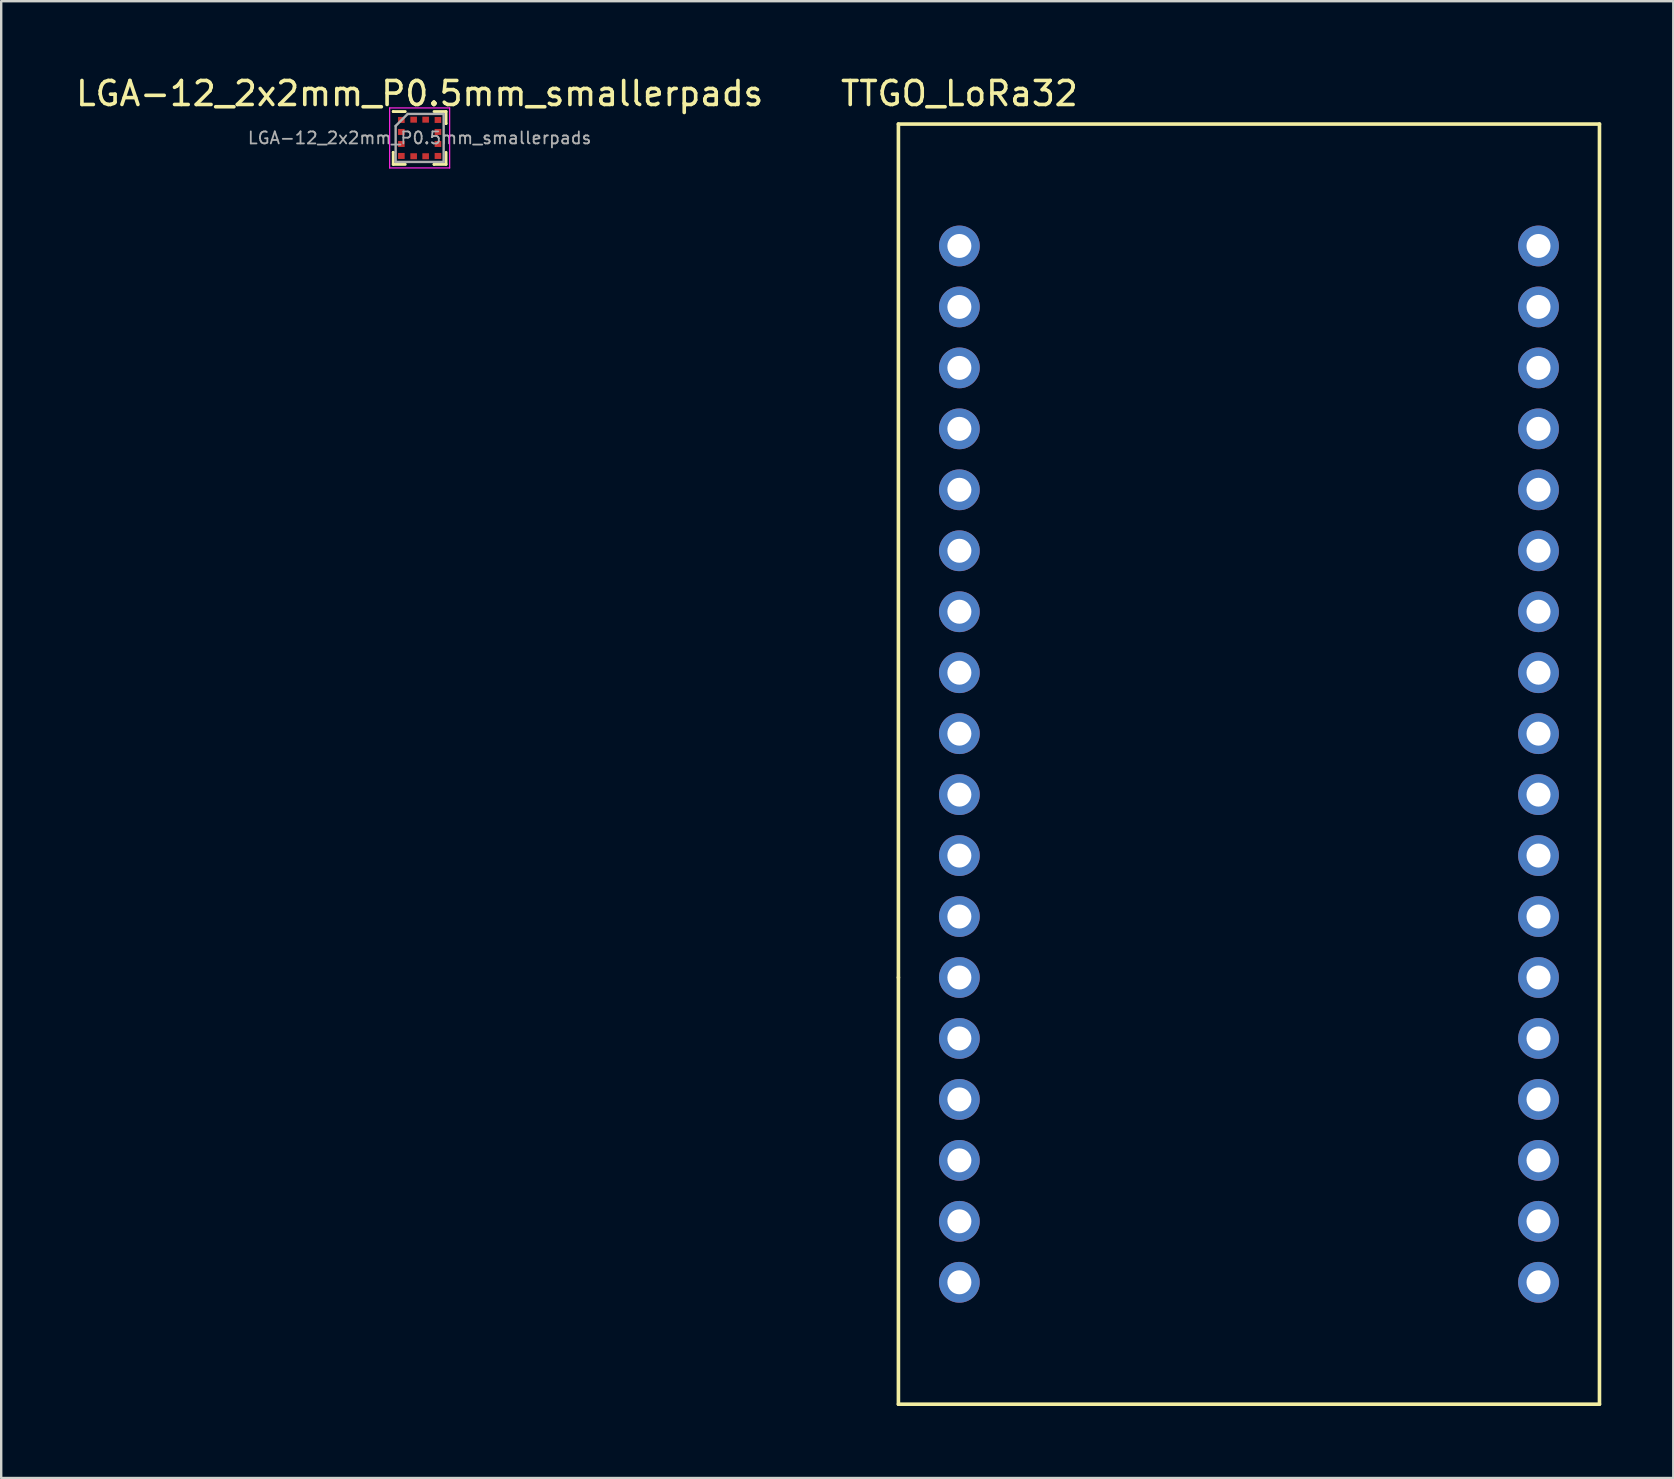
<source format=kicad_pcb>
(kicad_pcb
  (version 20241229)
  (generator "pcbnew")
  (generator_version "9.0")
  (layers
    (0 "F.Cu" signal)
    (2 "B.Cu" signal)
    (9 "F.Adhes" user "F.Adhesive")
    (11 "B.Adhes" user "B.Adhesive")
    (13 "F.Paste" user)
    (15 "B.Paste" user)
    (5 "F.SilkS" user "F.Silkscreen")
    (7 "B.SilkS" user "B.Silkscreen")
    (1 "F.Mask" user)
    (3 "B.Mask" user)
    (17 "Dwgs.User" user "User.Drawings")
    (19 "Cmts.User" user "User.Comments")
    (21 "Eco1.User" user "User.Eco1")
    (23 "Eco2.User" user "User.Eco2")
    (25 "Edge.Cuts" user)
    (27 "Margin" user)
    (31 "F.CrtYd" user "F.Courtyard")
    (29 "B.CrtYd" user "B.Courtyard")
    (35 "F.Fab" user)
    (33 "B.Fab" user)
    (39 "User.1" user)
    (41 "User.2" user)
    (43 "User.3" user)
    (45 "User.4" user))
  (footprint "TTGO_LoRa32"
    (layer "F.Cu")
    (at 49.623 27.518)
    (property "Reference" "TTGO_LoRa32" (at -12.7 -26.67 0) (layer "F.SilkS") (effects (font (size 1 1) (thickness 0.15))))
    (attr through_hole)
    (fp_line (start -15.24 -25.4) (end 13.97 -25.4) (stroke (width 0.15) (type solid)) (layer "F.SilkS"))
    (fp_line (start -15.24 10.16) (end -15.24 -25.4) (stroke (width 0.15) (type solid)) (layer "F.SilkS"))
    (fp_line (start -15.24 27.94) (end -15.24 10.16) (stroke (width 0.15) (type solid)) (layer "F.SilkS"))
    (fp_line (start 13.97 -25.4) (end 13.97 27.94) (stroke (width 0.15) (type solid)) (layer "F.SilkS"))
    (fp_line (start 13.97 27.94) (end -15.24 27.94) (stroke (width 0.15) (type solid)) (layer "F.SilkS"))
    (pad "1" thru_hole circle (at -12.7 -20.32) (size 1.7 1.7) (drill 1) (layers "*.Cu" "*.Mask"))
    (pad "2" thru_hole circle (at -12.7 -17.78) (size 1.7 1.7) (drill 1) (layers "*.Cu" "*.Mask"))
    (pad "3" thru_hole circle (at -12.7 -15.24) (size 1.7 1.7) (drill 1) (layers "*.Cu" "*.Mask"))
    (pad "4" thru_hole circle (at -12.7 -12.7) (size 1.7 1.7) (drill 1) (layers "*.Cu" "*.Mask"))
    (pad "5" thru_hole circle (at -12.7 -10.16) (size 1.7 1.7) (drill 1) (layers "*.Cu" "*.Mask"))
    (pad "6" thru_hole circle (at -12.7 -7.62) (size 1.7 1.7) (drill 1) (layers "*.Cu" "*.Mask"))
    (pad "7" thru_hole circle (at -12.7 -5.08) (size 1.7 1.7) (drill 1) (layers "*.Cu" "*.Mask"))
    (pad "8" thru_hole circle (at -12.7 -2.54) (size 1.7 1.7) (drill 1) (layers "*.Cu" "*.Mask"))
    (pad "9" thru_hole circle (at -12.7 0) (size 1.7 1.7) (drill 1) (layers "*.Cu" "*.Mask"))
    (pad "10" thru_hole circle (at -12.7 2.54) (size 1.7 1.7) (drill 1) (layers "*.Cu" "*.Mask"))
    (pad "11" thru_hole circle (at -12.7 5.08) (size 1.7 1.7) (drill 1) (layers "*.Cu" "*.Mask"))
    (pad "12" thru_hole circle (at -12.7 7.62) (size 1.7 1.7) (drill 1) (layers "*.Cu" "*.Mask"))
    (pad "13" thru_hole circle (at -12.7 10.16) (size 1.7 1.7) (drill 1) (layers "*.Cu" "*.Mask"))
    (pad "14" thru_hole circle (at -12.7 12.7) (size 1.7 1.7) (drill 1) (layers "*.Cu" "*.Mask"))
    (pad "15" thru_hole circle (at -12.7 15.24) (size 1.7 1.7) (drill 1) (layers "*.Cu" "*.Mask"))
    (pad "16" thru_hole circle (at -12.7 17.78) (size 1.7 1.7) (drill 1) (layers "*.Cu" "*.Mask"))
    (pad "17" thru_hole circle (at -12.7 20.32) (size 1.7 1.7) (drill 1) (layers "*.Cu" "*.Mask"))
    (pad "18" thru_hole circle (at -12.7 22.86) (size 1.7 1.7) (drill 1) (layers "*.Cu" "*.Mask"))
    (pad "19" thru_hole circle (at 11.43 22.86) (size 1.7 1.7) (drill 1) (layers "*.Cu" "*.Mask"))
    (pad "20" thru_hole circle (at 11.43 20.32) (size 1.7 1.7) (drill 1) (layers "*.Cu" "*.Mask"))
    (pad "21" thru_hole circle (at 11.43 17.78) (size 1.7 1.7) (drill 1) (layers "*.Cu" "*.Mask"))
    (pad "22" thru_hole circle (at 11.43 15.24) (size 1.7 1.7) (drill 1) (layers "*.Cu" "*.Mask"))
    (pad "23" thru_hole circle (at 11.43 12.7) (size 1.7 1.7) (drill 1) (layers "*.Cu" "*.Mask"))
    (pad "24" thru_hole circle (at 11.43 10.16) (size 1.7 1.7) (drill 1) (layers "*.Cu" "*.Mask"))
    (pad "25" thru_hole circle (at 11.43 7.62) (size 1.7 1.7) (drill 1) (layers "*.Cu" "*.Mask"))
    (pad "26" thru_hole circle (at 11.43 5.08) (size 1.7 1.7) (drill 1) (layers "*.Cu" "*.Mask"))
    (pad "27" thru_hole circle (at 11.43 2.54) (size 1.7 1.7) (drill 1) (layers "*.Cu" "*.Mask"))
    (pad "28" thru_hole circle (at 11.43 0) (size 1.7 1.7) (drill 1) (layers "*.Cu" "*.Mask"))
    (pad "29" thru_hole circle (at 11.43 -2.54) (size 1.7 1.7) (drill 1) (layers "*.Cu" "*.Mask"))
    (pad "30" thru_hole circle (at 11.43 -5.08) (size 1.7 1.7) (drill 1) (layers "*.Cu" "*.Mask"))
    (pad "31" thru_hole circle (at 11.43 -7.62) (size 1.7 1.7) (drill 1) (layers "*.Cu" "*.Mask"))
    (pad "32" thru_hole circle (at 11.43 -10.16) (size 1.7 1.7) (drill 1) (layers "*.Cu" "*.Mask"))
    (pad "33" thru_hole circle (at 11.43 -12.7) (size 1.7 1.7) (drill 1) (layers "*.Cu" "*.Mask"))
    (pad "34" thru_hole circle (at 11.43 -15.24) (size 1.7 1.7) (drill 1) (layers "*.Cu" "*.Mask"))
    (pad "35" thru_hole circle (at 11.43 -17.78) (size 1.7 1.7) (drill 1) (layers "*.Cu" "*.Mask"))
    (pad "36" thru_hole circle (at 11.43 -20.32) (size 1.7 1.7) (drill 1) (layers "*.Cu" "*.Mask")))
  (footprint "LGA-12_2x2mm_P0.5mm_smallerpads"
    (layer "F.Cu")
    (at 14.435 2.698)
    (property "Reference" "LGA-12_2x2mm_P0.5mm_smallerpads" (at 0 -1.85 0) (layer "F.SilkS") (effects (font (size 1 1) (thickness 0.15))))
    (attr smd)
    (fp_line (start -1.1 -1.1) (end -1.1 -1.1) (stroke (width 0.12) (type solid)) (layer "F.SilkS"))
    (fp_line (start -1.1 0.6) (end -1.1 0.6) (stroke (width 0.12) (type solid)) (layer "F.SilkS"))
    (fp_line (start -1.1 1.1) (end -1.1 0.6) (stroke (width 0.12) (type solid)) (layer "F.SilkS"))
    (fp_line (start -0.6 -1.1) (end -1.1 -1.1) (stroke (width 0.12) (type solid)) (layer "F.SilkS"))
    (fp_line (start -0.6 1.1) (end -1.1 1.1) (stroke (width 0.12) (type solid)) (layer "F.SilkS"))
    (fp_line (start 0.6 -1.1) (end 1.1 -1.1) (stroke (width 0.12) (type solid)) (layer "F.SilkS"))
    (fp_line (start 0.6 1.1) (end 0.6 1.1) (stroke (width 0.12) (type solid)) (layer "F.SilkS"))
    (fp_line (start 1.1 -1.1) (end 1.1 -0.6) (stroke (width 0.12) (type solid)) (layer "F.SilkS"))
    (fp_line (start 1.1 -0.6) (end 1.1 -0.6) (stroke (width 0.12) (type solid)) (layer "F.SilkS"))
    (fp_line (start 1.1 0.6) (end 1.1 1.1) (stroke (width 0.12) (type solid)) (layer "F.SilkS"))
    (fp_line (start 1.1 1.1) (end 0.6 1.1) (stroke (width 0.12) (type solid)) (layer "F.SilkS"))
    (fp_line (start -1.25 -1.25) (end 1.25 -1.25) (stroke (width 0.05) (type solid)) (layer "F.CrtYd"))
    (fp_line (start -1.25 1.25) (end -1.25 -1.25) (stroke (width 0.05) (type solid)) (layer "F.CrtYd"))
    (fp_line (start 1.25 -1.25) (end 1.25 1.25) (stroke (width 0.05) (type solid)) (layer "F.CrtYd"))
    (fp_line (start 1.25 1.25) (end -1.25 1.25) (stroke (width 0.05) (type solid)) (layer "F.CrtYd"))
    (fp_line (start -1 -0.5) (end -0.5 -1) (stroke (width 0.1) (type solid)) (layer "F.Fab"))
    (fp_line (start -1 1) (end -1 -0.5) (stroke (width 0.1) (type solid)) (layer "F.Fab"))
    (fp_line (start -0.5 -1) (end 1 -1) (stroke (width 0.1) (type solid)) (layer "F.Fab"))
    (fp_line (start 1 -1) (end 1 1) (stroke (width 0.1) (type solid)) (layer "F.Fab"))
    (fp_line (start 1 1) (end -1 1) (stroke (width 0.1) (type solid)) (layer "F.Fab"))
    (fp_text user "${REFERENCE}" (at 0 0 0) (layer "F.Fab") (effects (font (size 0.5 0.5) (thickness 0.075))))
    (pad "1" smd rect (at -0.762 -0.75) (size 0.275 0.25) (layers "F.Cu" "F.Mask" "F.Paste"))
    (pad "2" smd rect (at -0.762 -0.25) (size 0.275 0.25) (layers "F.Cu" "F.Mask" "F.Paste"))
    (pad "3" smd rect (at -0.762 0.25) (size 0.275 0.25) (layers "F.Cu" "F.Mask" "F.Paste"))
    (pad "4" smd rect (at -0.762 0.75) (size 0.275 0.25) (layers "F.Cu" "F.Mask" "F.Paste"))
    (pad "5" smd rect (at -0.25 0.762 90) (size 0.25 0.275) (layers "F.Cu" "F.Mask" "F.Paste"))
    (pad "6" smd rect (at 0.25 0.762 90) (size 0.25 0.275) (layers "F.Cu" "F.Mask" "F.Paste"))
    (pad "7" smd rect (at 0.762 0.75) (size 0.275 0.25) (layers "F.Cu" "F.Mask" "F.Paste"))
    (pad "8" smd rect (at 0.762 0.25) (size 0.275 0.25) (layers "F.Cu" "F.Mask" "F.Paste"))
    (pad "9" smd rect (at 0.762 -0.25) (size 0.275 0.25) (layers "F.Cu" "F.Mask" "F.Paste"))
    (pad "10" smd rect (at 0.762 -0.75) (size 0.275 0.25) (layers "F.Cu" "F.Mask" "F.Paste"))
    (pad "11" smd rect (at 0.25 -0.762 90) (size 0.25 0.275) (layers "F.Cu" "F.Mask" "F.Paste"))
    (pad "12" smd rect (at -0.25 -0.762 90) (size 0.25 0.275) (layers "F.Cu" "F.Mask" "F.Paste")))
  (gr_rect
    (start -3 -3)
    (end 66.668 58.533)
    (stroke (width 0.1) (type default))
    (fill no)
    (layer "Edge.Cuts")))
</source>
